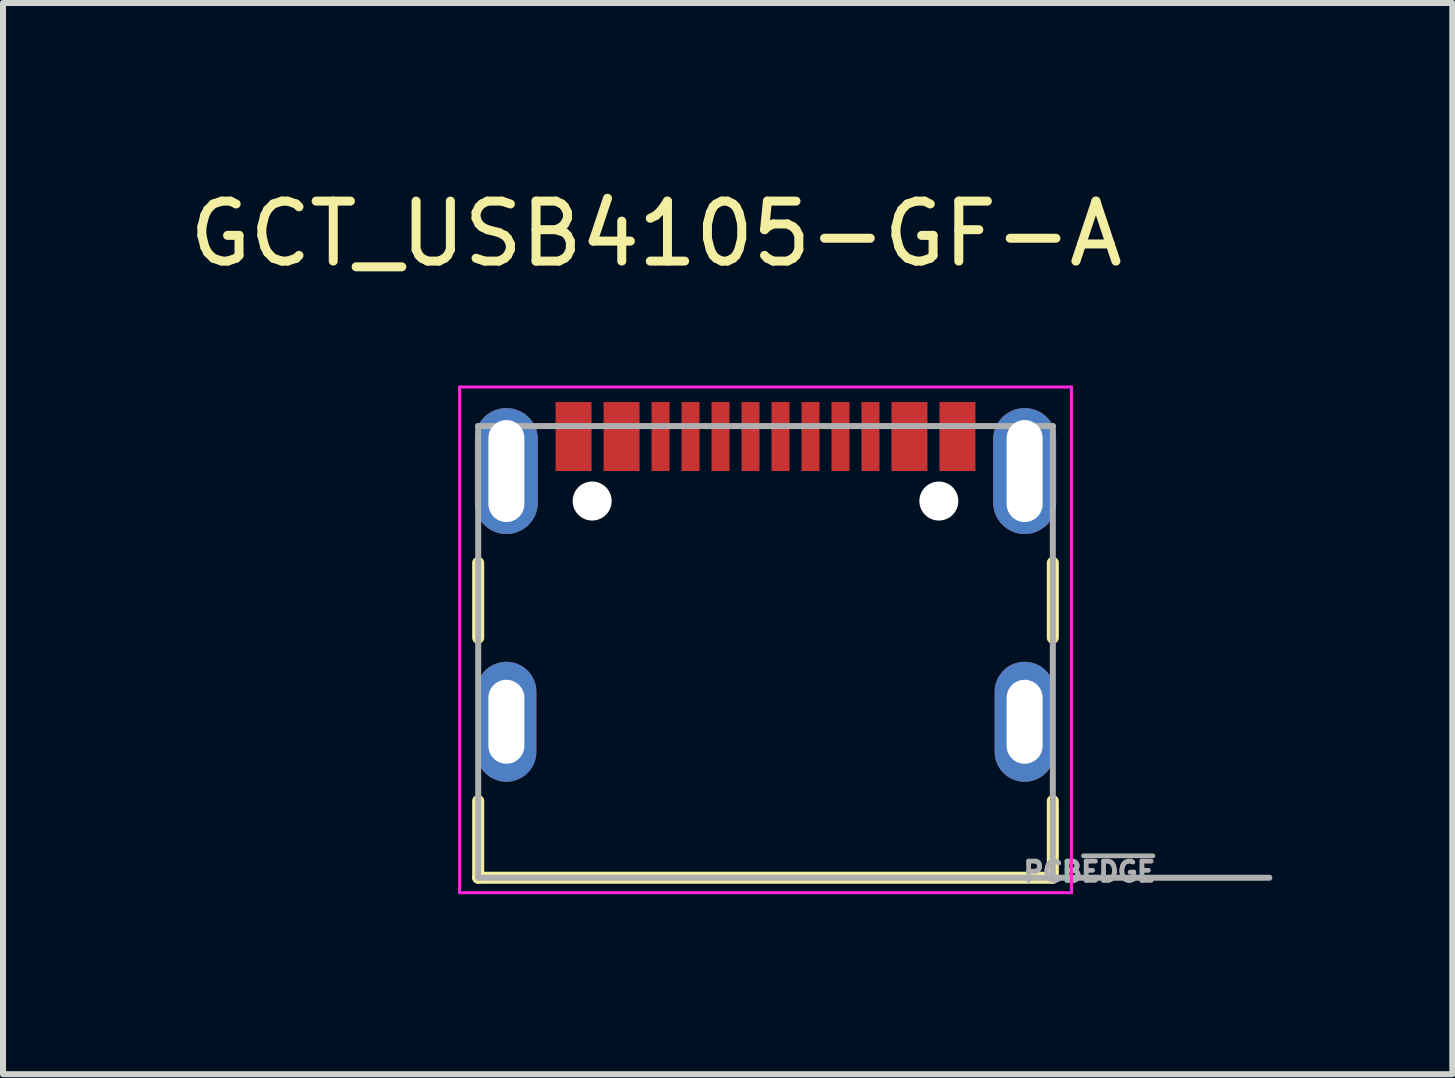
<source format=kicad_pcb>
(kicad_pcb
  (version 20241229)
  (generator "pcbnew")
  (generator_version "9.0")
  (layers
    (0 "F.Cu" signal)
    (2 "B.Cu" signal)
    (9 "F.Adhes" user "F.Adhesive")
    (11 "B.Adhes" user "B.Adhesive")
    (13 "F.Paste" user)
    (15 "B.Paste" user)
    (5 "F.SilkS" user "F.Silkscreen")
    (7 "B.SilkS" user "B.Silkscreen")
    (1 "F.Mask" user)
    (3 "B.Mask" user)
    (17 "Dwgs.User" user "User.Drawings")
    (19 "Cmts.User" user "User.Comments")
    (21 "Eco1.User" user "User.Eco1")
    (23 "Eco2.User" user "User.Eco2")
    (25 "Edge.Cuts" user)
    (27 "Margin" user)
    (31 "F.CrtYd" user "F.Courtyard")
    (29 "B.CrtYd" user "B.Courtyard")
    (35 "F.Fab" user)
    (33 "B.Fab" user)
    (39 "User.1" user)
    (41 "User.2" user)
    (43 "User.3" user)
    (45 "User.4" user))
  (footprint "GCT_USB4105-GF-A"
    (layer "F.Cu")
    (at 9.712 8.983)
    (property "Reference" "GCT_USB4105-GF-A" (at -1.825 -8.135 0) (layer "F.SilkS") (effects (font (size 1 1) (thickness 0.15))))
    (attr through_hole)
    (fp_line (start -4.79 -2.65) (end -4.79 -1.4) (stroke (width 0.2) (type solid)) (layer "F.SilkS"))
    (fp_line (start -4.79 1.32) (end -4.79 2.6) (stroke (width 0.2) (type solid)) (layer "F.SilkS"))
    (fp_line (start -4.79 2.6) (end 4.79 2.6) (stroke (width 0.2) (type solid)) (layer "F.SilkS"))
    (fp_line (start 4.79 -2.65) (end 4.79 -1.4) (stroke (width 0.2) (type solid)) (layer "F.SilkS"))
    (fp_line (start 4.79 2.6) (end 4.79 1.32) (stroke (width 0.2) (type solid)) (layer "F.SilkS"))
    (fp_line (start -5.1 -5.58) (end -5.1 2.85) (stroke (width 0.05) (type solid)) (layer "F.CrtYd"))
    (fp_line (start -5.1 2.85) (end 5.1 2.85) (stroke (width 0.05) (type solid)) (layer "F.CrtYd"))
    (fp_line (start 5.1 -5.58) (end -5.1 -5.58) (stroke (width 0.05) (type solid)) (layer "F.CrtYd"))
    (fp_line (start 5.1 2.85) (end 5.1 -5.58) (stroke (width 0.05) (type solid)) (layer "F.CrtYd"))
    (fp_line (start -4.79 -4.93) (end 4.79 -4.93) (stroke (width 0.1) (type solid)) (layer "F.Fab"))
    (fp_line (start -4.79 2.6) (end -4.79 -4.93) (stroke (width 0.1) (type solid)) (layer "F.Fab"))
    (fp_line (start 4.79 -4.93) (end 4.79 2.6) (stroke (width 0.1) (type solid)) (layer "F.Fab"))
    (fp_line (start 4.79 2.6) (end -4.79 2.6) (stroke (width 0.1) (type solid)) (layer "F.Fab"))
    (fp_line (start 4.8 2.6) (end 8.4 2.6) (stroke (width 0.1) (type solid)) (layer "F.Fab"))
    (fp_text user "PCB~{EDGE}" (at 5.4 2.5 0) (layer "F.Fab") (effects (font (size 0.32 0.32) (thickness 0.15))))
    (pad "" np_thru_hole circle (at -2.89 -3.68) (size 0.65 0.65) (drill 0.65) (layers "*.Cu" "*.Mask"))
    (pad "" np_thru_hole circle (at 2.89 -3.68) (size 0.65 0.65) (drill 0.65) (layers "*.Cu" "*.Mask"))
    (pad "A1_B12" smd rect (at -3.2 -4.755) (size 0.6 1.15) (layers "F.Cu" "F.Mask" "F.Paste"))
    (pad "A4_B9" smd rect (at -2.4 -4.755) (size 0.6 1.15) (layers "F.Cu" "F.Mask" "F.Paste"))
    (pad "A5" smd rect (at -1.25 -4.755) (size 0.3 1.15) (layers "F.Cu" "F.Mask" "F.Paste"))
    (pad "A6" smd rect (at -0.25 -4.755) (size 0.3 1.15) (layers "F.Cu" "F.Mask" "F.Paste"))
    (pad "A7" smd rect (at 0.25 -4.755) (size 0.3 1.15) (layers "F.Cu" "F.Mask" "F.Paste"))
    (pad "A8" smd rect (at 1.25 -4.755) (size 0.3 1.15) (layers "F.Cu" "F.Mask" "F.Paste"))
    (pad "B1_A12" smd rect (at 3.2 -4.755) (size 0.6 1.15) (layers "F.Cu" "F.Mask" "F.Paste"))
    (pad "B4_A9" smd rect (at 2.4 -4.755) (size 0.6 1.15) (layers "F.Cu" "F.Mask" "F.Paste"))
    (pad "B5" smd rect (at 1.75 -4.755) (size 0.3 1.15) (layers "F.Cu" "F.Mask" "F.Paste"))
    (pad "B6" smd rect (at 0.75 -4.755) (size 0.3 1.15) (layers "F.Cu" "F.Mask" "F.Paste"))
    (pad "B7" smd rect (at -0.75 -4.755) (size 0.3 1.15) (layers "F.Cu" "F.Mask" "F.Paste"))
    (pad "B8" smd rect (at -1.75 -4.755) (size 0.3 1.15) (layers "F.Cu" "F.Mask" "F.Paste"))
    (pad "S1" thru_hole oval (at -4.32 -4.18) (size 1.05 2.1) (drill oval 0.6 1.7) (layers "*.Cu" "*.Mask"))
    (pad "S2" thru_hole oval (at -4.32 0) (size 1 2) (drill oval 0.6 1.4) (layers "*.Cu" "*.Mask"))
    (pad "S3" thru_hole oval (at 4.32 0) (size 1 2) (drill oval 0.6 1.4) (layers "*.Cu" "*.Mask"))
    (pad "S4" thru_hole oval (at 4.32 -4.18) (size 1.05 2.1) (drill oval 0.6 1.7) (layers "*.Cu" "*.Mask")))
  (gr_rect
    (start -3 -3)
    (end 21.162 14.858)
    (stroke (width 0.1) (type default))
    (fill no)
    (layer "Edge.Cuts")))
</source>
